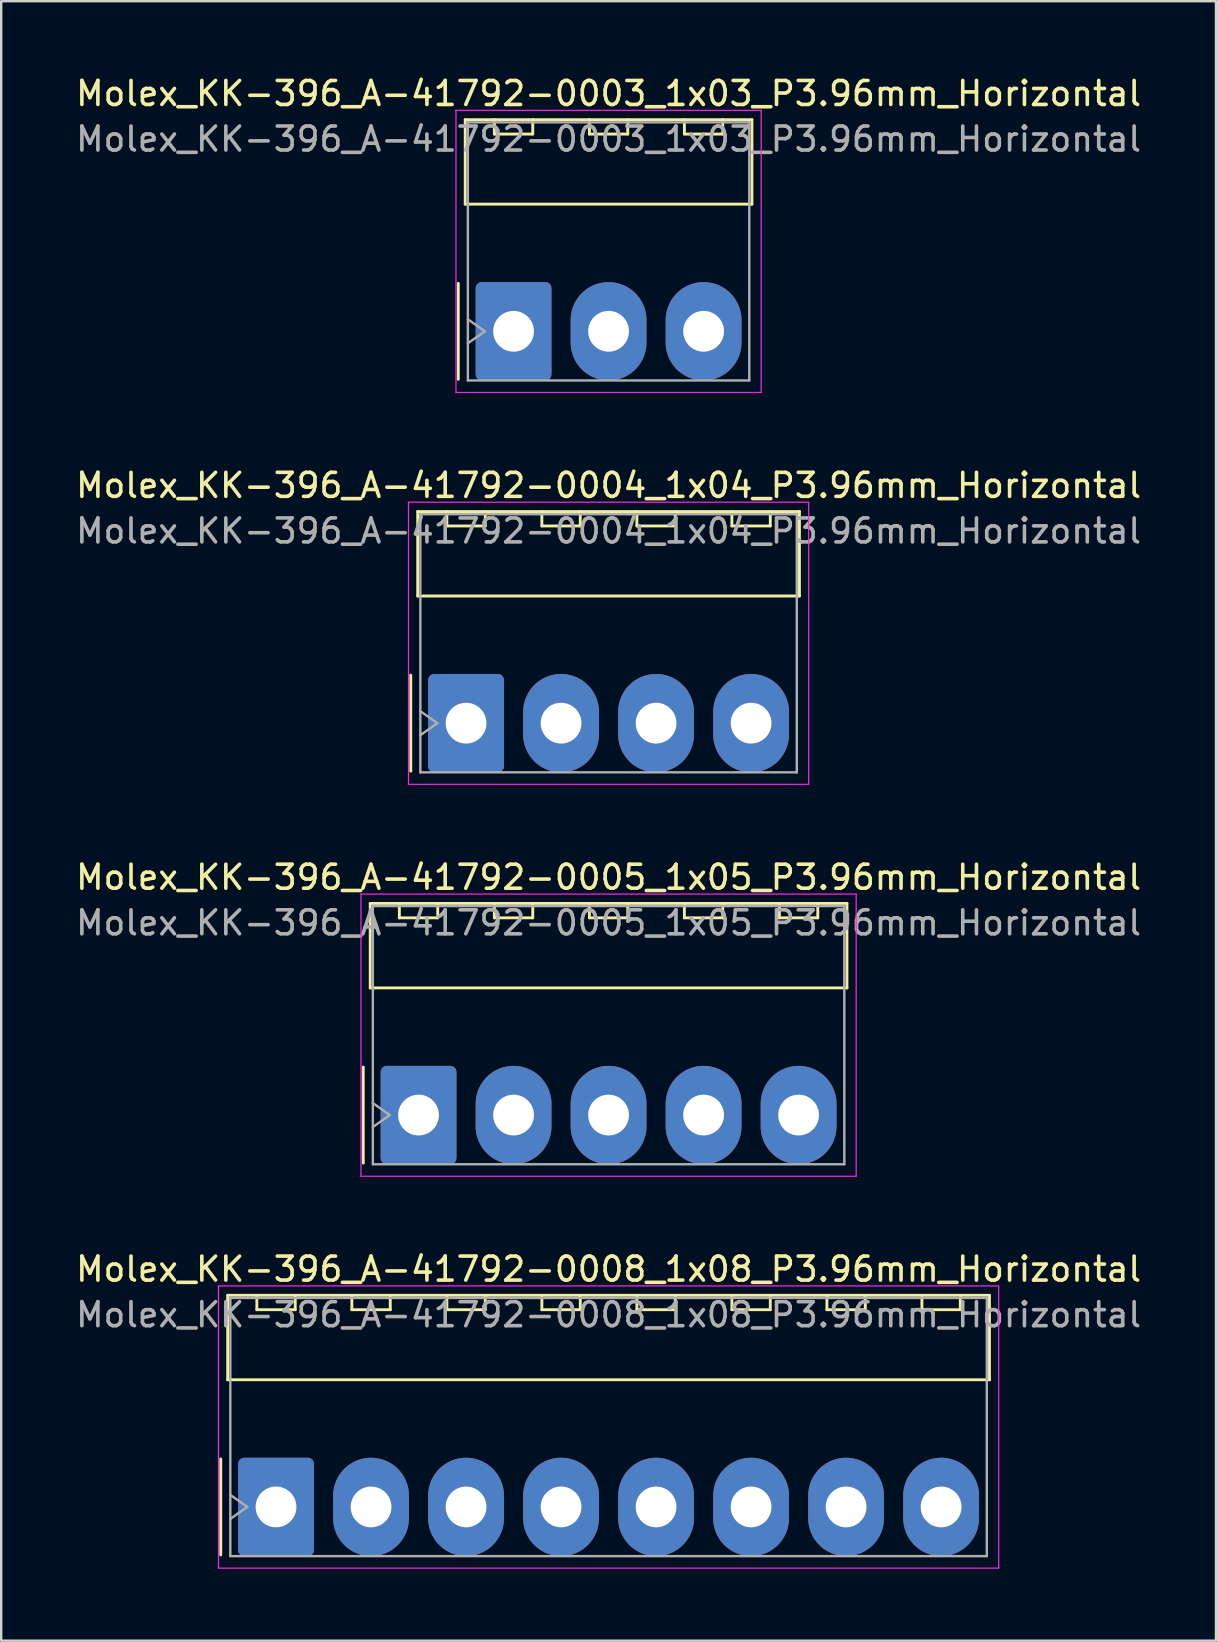
<source format=kicad_pcb>
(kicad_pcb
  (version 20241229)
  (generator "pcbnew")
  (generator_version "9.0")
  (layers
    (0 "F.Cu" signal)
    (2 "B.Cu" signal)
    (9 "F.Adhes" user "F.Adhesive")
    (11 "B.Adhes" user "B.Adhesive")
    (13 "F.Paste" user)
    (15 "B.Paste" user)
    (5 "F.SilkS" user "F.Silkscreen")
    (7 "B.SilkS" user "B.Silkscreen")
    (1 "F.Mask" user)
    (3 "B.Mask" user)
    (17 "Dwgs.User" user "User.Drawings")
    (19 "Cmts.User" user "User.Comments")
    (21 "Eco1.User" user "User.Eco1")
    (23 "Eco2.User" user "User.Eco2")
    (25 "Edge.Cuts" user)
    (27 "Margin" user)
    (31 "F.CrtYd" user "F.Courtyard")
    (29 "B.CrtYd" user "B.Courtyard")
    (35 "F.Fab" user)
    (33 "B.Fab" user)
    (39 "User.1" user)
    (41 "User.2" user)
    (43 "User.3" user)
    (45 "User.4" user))
  (footprint "Molex_KK-396_A-41792-0003_1x03_P3.96mm_Horizontal"
    (layer "F.Cu")
    (at 18.355 10.758)
    (property "Reference" "Molex_KK-396_A-41792-0003_1x03_P3.96mm_Horizontal" (at 3.96 -9.91 0) (layer "F.SilkS") (effects (font (size 1 1) (thickness 0.15))))
    (attr through_hole)
    (fp_line (start -2.305 -2) (end -2.305 2) (stroke (width 0.12) (type solid)) (layer "F.SilkS"))
    (fp_line (start -2.015 -8.82) (end 9.935 -8.82) (stroke (width 0.12) (type solid)) (layer "F.SilkS"))
    (fp_line (start -2.015 -5.3) (end -2.015 -8.82) (stroke (width 0.12) (type solid)) (layer "F.SilkS"))
    (fp_line (start -0.8 -8.82) (end -0.8 -8.22) (stroke (width 0.12) (type solid)) (layer "F.SilkS"))
    (fp_line (start -0.8 -8.22) (end 0.8 -8.22) (stroke (width 0.12) (type solid)) (layer "F.SilkS"))
    (fp_line (start 0.8 -8.22) (end 0.8 -8.82) (stroke (width 0.12) (type solid)) (layer "F.SilkS"))
    (fp_line (start 3.16 -8.82) (end 3.16 -8.22) (stroke (width 0.12) (type solid)) (layer "F.SilkS"))
    (fp_line (start 3.16 -8.22) (end 4.76 -8.22) (stroke (width 0.12) (type solid)) (layer "F.SilkS"))
    (fp_line (start 4.76 -8.22) (end 4.76 -8.82) (stroke (width 0.12) (type solid)) (layer "F.SilkS"))
    (fp_line (start 7.12 -8.82) (end 7.12 -8.22) (stroke (width 0.12) (type solid)) (layer "F.SilkS"))
    (fp_line (start 7.12 -8.22) (end 8.72 -8.22) (stroke (width 0.12) (type solid)) (layer "F.SilkS"))
    (fp_line (start 8.72 -8.22) (end 8.72 -8.82) (stroke (width 0.12) (type solid)) (layer "F.SilkS"))
    (fp_line (start 9.935 -8.82) (end 9.935 -5.3) (stroke (width 0.12) (type solid)) (layer "F.SilkS"))
    (fp_line (start 9.935 -5.3) (end -2.015 -5.3) (stroke (width 0.12) (type solid)) (layer "F.SilkS"))
    (fp_line (start -2.4 -9.21) (end -2.4 2.55) (stroke (width 0.05) (type solid)) (layer "F.CrtYd"))
    (fp_line (start -2.4 2.55) (end 10.32 2.55) (stroke (width 0.05) (type solid)) (layer "F.CrtYd"))
    (fp_line (start 10.32 -9.21) (end -2.4 -9.21) (stroke (width 0.05) (type solid)) (layer "F.CrtYd"))
    (fp_line (start 10.32 2.55) (end 10.32 -9.21) (stroke (width 0.05) (type solid)) (layer "F.CrtYd"))
    (fp_line (start -1.905 -8.71) (end 9.825 -8.71) (stroke (width 0.1) (type solid)) (layer "F.Fab"))
    (fp_line (start -1.905 -0.5) (end -1.198 0) (stroke (width 0.1) (type solid)) (layer "F.Fab"))
    (fp_line (start -1.905 2.05) (end -1.905 -8.71) (stroke (width 0.1) (type solid)) (layer "F.Fab"))
    (fp_line (start -1.198 0) (end -1.905 0.5) (stroke (width 0.1) (type solid)) (layer "F.Fab"))
    (fp_line (start 9.825 -8.71) (end 9.825 2.05) (stroke (width 0.1) (type solid)) (layer "F.Fab"))
    (fp_line (start 9.825 2.05) (end -1.905 2.05) (stroke (width 0.1) (type solid)) (layer "F.Fab"))
    (fp_text user "${REFERENCE}" (at 3.96 -8.01 0) (layer "F.Fab") (effects (font (size 1 1) (thickness 0.15))))
    (pad "1" thru_hole roundrect (at 0 0) (size 3.16 4.1) (drill 1.7) (layers "*.Cu" "*.Mask") (roundrect_rratio 0.079))
    (pad "2" thru_hole oval (at 3.96 0) (size 3.16 4.1) (drill 1.7) (layers "*.Cu" "*.Mask"))
    (pad "3" thru_hole oval (at 7.92 0) (size 3.16 4.1) (drill 1.7) (layers "*.Cu" "*.Mask")))
  (footprint "Molex_KK-396_A-41792-0008_1x08_P3.96mm_Horizontal"
    (layer "F.Cu")
    (at 8.455 59.758)
    (property "Reference" "Molex_KK-396_A-41792-0008_1x08_P3.96mm_Horizontal" (at 13.86 -9.91 0) (layer "F.SilkS") (effects (font (size 1 1) (thickness 0.15))))
    (attr through_hole)
    (fp_line (start -2.305 -2) (end -2.305 2) (stroke (width 0.12) (type solid)) (layer "F.SilkS"))
    (fp_line (start -2.015 -8.82) (end 29.735 -8.82) (stroke (width 0.12) (type solid)) (layer "F.SilkS"))
    (fp_line (start -2.015 -5.3) (end -2.015 -8.82) (stroke (width 0.12) (type solid)) (layer "F.SilkS"))
    (fp_line (start -0.8 -8.82) (end -0.8 -8.22) (stroke (width 0.12) (type solid)) (layer "F.SilkS"))
    (fp_line (start -0.8 -8.22) (end 0.8 -8.22) (stroke (width 0.12) (type solid)) (layer "F.SilkS"))
    (fp_line (start 0.8 -8.22) (end 0.8 -8.82) (stroke (width 0.12) (type solid)) (layer "F.SilkS"))
    (fp_line (start 3.16 -8.82) (end 3.16 -8.22) (stroke (width 0.12) (type solid)) (layer "F.SilkS"))
    (fp_line (start 3.16 -8.22) (end 4.76 -8.22) (stroke (width 0.12) (type solid)) (layer "F.SilkS"))
    (fp_line (start 4.76 -8.22) (end 4.76 -8.82) (stroke (width 0.12) (type solid)) (layer "F.SilkS"))
    (fp_line (start 7.12 -8.82) (end 7.12 -8.22) (stroke (width 0.12) (type solid)) (layer "F.SilkS"))
    (fp_line (start 7.12 -8.22) (end 8.72 -8.22) (stroke (width 0.12) (type solid)) (layer "F.SilkS"))
    (fp_line (start 8.72 -8.22) (end 8.72 -8.82) (stroke (width 0.12) (type solid)) (layer "F.SilkS"))
    (fp_line (start 11.08 -8.82) (end 11.08 -8.22) (stroke (width 0.12) (type solid)) (layer "F.SilkS"))
    (fp_line (start 11.08 -8.22) (end 12.68 -8.22) (stroke (width 0.12) (type solid)) (layer "F.SilkS"))
    (fp_line (start 12.68 -8.22) (end 12.68 -8.82) (stroke (width 0.12) (type solid)) (layer "F.SilkS"))
    (fp_line (start 15.04 -8.82) (end 15.04 -8.22) (stroke (width 0.12) (type solid)) (layer "F.SilkS"))
    (fp_line (start 15.04 -8.22) (end 16.64 -8.22) (stroke (width 0.12) (type solid)) (layer "F.SilkS"))
    (fp_line (start 16.64 -8.22) (end 16.64 -8.82) (stroke (width 0.12) (type solid)) (layer "F.SilkS"))
    (fp_line (start 19 -8.82) (end 19 -8.22) (stroke (width 0.12) (type solid)) (layer "F.SilkS"))
    (fp_line (start 19 -8.22) (end 20.6 -8.22) (stroke (width 0.12) (type solid)) (layer "F.SilkS"))
    (fp_line (start 20.6 -8.22) (end 20.6 -8.82) (stroke (width 0.12) (type solid)) (layer "F.SilkS"))
    (fp_line (start 22.96 -8.82) (end 22.96 -8.22) (stroke (width 0.12) (type solid)) (layer "F.SilkS"))
    (fp_line (start 22.96 -8.22) (end 24.56 -8.22) (stroke (width 0.12) (type solid)) (layer "F.SilkS"))
    (fp_line (start 24.56 -8.22) (end 24.56 -8.82) (stroke (width 0.12) (type solid)) (layer "F.SilkS"))
    (fp_line (start 26.92 -8.82) (end 26.92 -8.22) (stroke (width 0.12) (type solid)) (layer "F.SilkS"))
    (fp_line (start 26.92 -8.22) (end 28.52 -8.22) (stroke (width 0.12) (type solid)) (layer "F.SilkS"))
    (fp_line (start 28.52 -8.22) (end 28.52 -8.82) (stroke (width 0.12) (type solid)) (layer "F.SilkS"))
    (fp_line (start 29.735 -8.82) (end 29.735 -5.3) (stroke (width 0.12) (type solid)) (layer "F.SilkS"))
    (fp_line (start 29.735 -5.3) (end -2.015 -5.3) (stroke (width 0.12) (type solid)) (layer "F.SilkS"))
    (fp_line (start -2.4 -9.21) (end -2.4 2.55) (stroke (width 0.05) (type solid)) (layer "F.CrtYd"))
    (fp_line (start -2.4 2.55) (end 30.12 2.55) (stroke (width 0.05) (type solid)) (layer "F.CrtYd"))
    (fp_line (start 30.12 -9.21) (end -2.4 -9.21) (stroke (width 0.05) (type solid)) (layer "F.CrtYd"))
    (fp_line (start 30.12 2.55) (end 30.12 -9.21) (stroke (width 0.05) (type solid)) (layer "F.CrtYd"))
    (fp_line (start -1.905 -8.71) (end 29.625 -8.71) (stroke (width 0.1) (type solid)) (layer "F.Fab"))
    (fp_line (start -1.905 -0.5) (end -1.198 0) (stroke (width 0.1) (type solid)) (layer "F.Fab"))
    (fp_line (start -1.905 2.05) (end -1.905 -8.71) (stroke (width 0.1) (type solid)) (layer "F.Fab"))
    (fp_line (start -1.198 0) (end -1.905 0.5) (stroke (width 0.1) (type solid)) (layer "F.Fab"))
    (fp_line (start 29.625 -8.71) (end 29.625 2.05) (stroke (width 0.1) (type solid)) (layer "F.Fab"))
    (fp_line (start 29.625 2.05) (end -1.905 2.05) (stroke (width 0.1) (type solid)) (layer "F.Fab"))
    (fp_text user "${REFERENCE}" (at 13.86 -8.01 0) (layer "F.Fab") (effects (font (size 1 1) (thickness 0.15))))
    (pad "1" thru_hole roundrect (at 0 0) (size 3.16 4.1) (drill 1.7) (layers "*.Cu" "*.Mask") (roundrect_rratio 0.079))
    (pad "2" thru_hole oval (at 3.96 0) (size 3.16 4.1) (drill 1.7) (layers "*.Cu" "*.Mask"))
    (pad "3" thru_hole oval (at 7.92 0) (size 3.16 4.1) (drill 1.7) (layers "*.Cu" "*.Mask"))
    (pad "4" thru_hole oval (at 11.88 0) (size 3.16 4.1) (drill 1.7) (layers "*.Cu" "*.Mask"))
    (pad "5" thru_hole oval (at 15.84 0) (size 3.16 4.1) (drill 1.7) (layers "*.Cu" "*.Mask"))
    (pad "6" thru_hole oval (at 19.8 0) (size 3.16 4.1) (drill 1.7) (layers "*.Cu" "*.Mask"))
    (pad "7" thru_hole oval (at 23.76 0) (size 3.16 4.1) (drill 1.7) (layers "*.Cu" "*.Mask"))
    (pad "8" thru_hole oval (at 27.72 0) (size 3.16 4.1) (drill 1.7) (layers "*.Cu" "*.Mask")))
  (footprint "Molex_KK-396_A-41792-0004_1x04_P3.96mm_Horizontal"
    (layer "F.Cu")
    (at 16.375 27.091)
    (property "Reference" "Molex_KK-396_A-41792-0004_1x04_P3.96mm_Horizontal" (at 5.94 -9.91 0) (layer "F.SilkS") (effects (font (size 1 1) (thickness 0.15))))
    (attr through_hole)
    (fp_line (start -2.305 -2) (end -2.305 2) (stroke (width 0.12) (type solid)) (layer "F.SilkS"))
    (fp_line (start -2.015 -8.82) (end 13.895 -8.82) (stroke (width 0.12) (type solid)) (layer "F.SilkS"))
    (fp_line (start -2.015 -5.3) (end -2.015 -8.82) (stroke (width 0.12) (type solid)) (layer "F.SilkS"))
    (fp_line (start -0.8 -8.82) (end -0.8 -8.22) (stroke (width 0.12) (type solid)) (layer "F.SilkS"))
    (fp_line (start -0.8 -8.22) (end 0.8 -8.22) (stroke (width 0.12) (type solid)) (layer "F.SilkS"))
    (fp_line (start 0.8 -8.22) (end 0.8 -8.82) (stroke (width 0.12) (type solid)) (layer "F.SilkS"))
    (fp_line (start 3.16 -8.82) (end 3.16 -8.22) (stroke (width 0.12) (type solid)) (layer "F.SilkS"))
    (fp_line (start 3.16 -8.22) (end 4.76 -8.22) (stroke (width 0.12) (type solid)) (layer "F.SilkS"))
    (fp_line (start 4.76 -8.22) (end 4.76 -8.82) (stroke (width 0.12) (type solid)) (layer "F.SilkS"))
    (fp_line (start 7.12 -8.82) (end 7.12 -8.22) (stroke (width 0.12) (type solid)) (layer "F.SilkS"))
    (fp_line (start 7.12 -8.22) (end 8.72 -8.22) (stroke (width 0.12) (type solid)) (layer "F.SilkS"))
    (fp_line (start 8.72 -8.22) (end 8.72 -8.82) (stroke (width 0.12) (type solid)) (layer "F.SilkS"))
    (fp_line (start 11.08 -8.82) (end 11.08 -8.22) (stroke (width 0.12) (type solid)) (layer "F.SilkS"))
    (fp_line (start 11.08 -8.22) (end 12.68 -8.22) (stroke (width 0.12) (type solid)) (layer "F.SilkS"))
    (fp_line (start 12.68 -8.22) (end 12.68 -8.82) (stroke (width 0.12) (type solid)) (layer "F.SilkS"))
    (fp_line (start 13.895 -8.82) (end 13.895 -5.3) (stroke (width 0.12) (type solid)) (layer "F.SilkS"))
    (fp_line (start 13.895 -5.3) (end -2.015 -5.3) (stroke (width 0.12) (type solid)) (layer "F.SilkS"))
    (fp_line (start -2.4 -9.21) (end -2.4 2.55) (stroke (width 0.05) (type solid)) (layer "F.CrtYd"))
    (fp_line (start -2.4 2.55) (end 14.28 2.55) (stroke (width 0.05) (type solid)) (layer "F.CrtYd"))
    (fp_line (start 14.28 -9.21) (end -2.4 -9.21) (stroke (width 0.05) (type solid)) (layer "F.CrtYd"))
    (fp_line (start 14.28 2.55) (end 14.28 -9.21) (stroke (width 0.05) (type solid)) (layer "F.CrtYd"))
    (fp_line (start -1.905 -8.71) (end 13.785 -8.71) (stroke (width 0.1) (type solid)) (layer "F.Fab"))
    (fp_line (start -1.905 -0.5) (end -1.198 0) (stroke (width 0.1) (type solid)) (layer "F.Fab"))
    (fp_line (start -1.905 2.05) (end -1.905 -8.71) (stroke (width 0.1) (type solid)) (layer "F.Fab"))
    (fp_line (start -1.198 0) (end -1.905 0.5) (stroke (width 0.1) (type solid)) (layer "F.Fab"))
    (fp_line (start 13.785 -8.71) (end 13.785 2.05) (stroke (width 0.1) (type solid)) (layer "F.Fab"))
    (fp_line (start 13.785 2.05) (end -1.905 2.05) (stroke (width 0.1) (type solid)) (layer "F.Fab"))
    (fp_text user "${REFERENCE}" (at 5.94 -8.01 0) (layer "F.Fab") (effects (font (size 1 1) (thickness 0.15))))
    (pad "1" thru_hole roundrect (at 0 0) (size 3.16 4.1) (drill 1.7) (layers "*.Cu" "*.Mask") (roundrect_rratio 0.079))
    (pad "2" thru_hole oval (at 3.96 0) (size 3.16 4.1) (drill 1.7) (layers "*.Cu" "*.Mask"))
    (pad "3" thru_hole oval (at 7.92 0) (size 3.16 4.1) (drill 1.7) (layers "*.Cu" "*.Mask"))
    (pad "4" thru_hole oval (at 11.88 0) (size 3.16 4.1) (drill 1.7) (layers "*.Cu" "*.Mask")))
  (footprint "Molex_KK-396_A-41792-0005_1x05_P3.96mm_Horizontal"
    (layer "F.Cu")
    (at 14.395 43.425)
    (property "Reference" "Molex_KK-396_A-41792-0005_1x05_P3.96mm_Horizontal" (at 7.92 -9.91 0) (layer "F.SilkS") (effects (font (size 1 1) (thickness 0.15))))
    (attr through_hole)
    (fp_line (start -2.305 -2) (end -2.305 2) (stroke (width 0.12) (type solid)) (layer "F.SilkS"))
    (fp_line (start -2.015 -8.82) (end 17.855 -8.82) (stroke (width 0.12) (type solid)) (layer "F.SilkS"))
    (fp_line (start -2.015 -5.3) (end -2.015 -8.82) (stroke (width 0.12) (type solid)) (layer "F.SilkS"))
    (fp_line (start -0.8 -8.82) (end -0.8 -8.22) (stroke (width 0.12) (type solid)) (layer "F.SilkS"))
    (fp_line (start -0.8 -8.22) (end 0.8 -8.22) (stroke (width 0.12) (type solid)) (layer "F.SilkS"))
    (fp_line (start 0.8 -8.22) (end 0.8 -8.82) (stroke (width 0.12) (type solid)) (layer "F.SilkS"))
    (fp_line (start 3.16 -8.82) (end 3.16 -8.22) (stroke (width 0.12) (type solid)) (layer "F.SilkS"))
    (fp_line (start 3.16 -8.22) (end 4.76 -8.22) (stroke (width 0.12) (type solid)) (layer "F.SilkS"))
    (fp_line (start 4.76 -8.22) (end 4.76 -8.82) (stroke (width 0.12) (type solid)) (layer "F.SilkS"))
    (fp_line (start 7.12 -8.82) (end 7.12 -8.22) (stroke (width 0.12) (type solid)) (layer "F.SilkS"))
    (fp_line (start 7.12 -8.22) (end 8.72 -8.22) (stroke (width 0.12) (type solid)) (layer "F.SilkS"))
    (fp_line (start 8.72 -8.22) (end 8.72 -8.82) (stroke (width 0.12) (type solid)) (layer "F.SilkS"))
    (fp_line (start 11.08 -8.82) (end 11.08 -8.22) (stroke (width 0.12) (type solid)) (layer "F.SilkS"))
    (fp_line (start 11.08 -8.22) (end 12.68 -8.22) (stroke (width 0.12) (type solid)) (layer "F.SilkS"))
    (fp_line (start 12.68 -8.22) (end 12.68 -8.82) (stroke (width 0.12) (type solid)) (layer "F.SilkS"))
    (fp_line (start 15.04 -8.82) (end 15.04 -8.22) (stroke (width 0.12) (type solid)) (layer "F.SilkS"))
    (fp_line (start 15.04 -8.22) (end 16.64 -8.22) (stroke (width 0.12) (type solid)) (layer "F.SilkS"))
    (fp_line (start 16.64 -8.22) (end 16.64 -8.82) (stroke (width 0.12) (type solid)) (layer "F.SilkS"))
    (fp_line (start 17.855 -8.82) (end 17.855 -5.3) (stroke (width 0.12) (type solid)) (layer "F.SilkS"))
    (fp_line (start 17.855 -5.3) (end -2.015 -5.3) (stroke (width 0.12) (type solid)) (layer "F.SilkS"))
    (fp_line (start -2.4 -9.21) (end -2.4 2.55) (stroke (width 0.05) (type solid)) (layer "F.CrtYd"))
    (fp_line (start -2.4 2.55) (end 18.24 2.55) (stroke (width 0.05) (type solid)) (layer "F.CrtYd"))
    (fp_line (start 18.24 -9.21) (end -2.4 -9.21) (stroke (width 0.05) (type solid)) (layer "F.CrtYd"))
    (fp_line (start 18.24 2.55) (end 18.24 -9.21) (stroke (width 0.05) (type solid)) (layer "F.CrtYd"))
    (fp_line (start -1.905 -8.71) (end 17.745 -8.71) (stroke (width 0.1) (type solid)) (layer "F.Fab"))
    (fp_line (start -1.905 -0.5) (end -1.198 0) (stroke (width 0.1) (type solid)) (layer "F.Fab"))
    (fp_line (start -1.905 2.05) (end -1.905 -8.71) (stroke (width 0.1) (type solid)) (layer "F.Fab"))
    (fp_line (start -1.198 0) (end -1.905 0.5) (stroke (width 0.1) (type solid)) (layer "F.Fab"))
    (fp_line (start 17.745 -8.71) (end 17.745 2.05) (stroke (width 0.1) (type solid)) (layer "F.Fab"))
    (fp_line (start 17.745 2.05) (end -1.905 2.05) (stroke (width 0.1) (type solid)) (layer "F.Fab"))
    (fp_text user "${REFERENCE}" (at 7.92 -8.01 0) (layer "F.Fab") (effects (font (size 1 1) (thickness 0.15))))
    (pad "1" thru_hole roundrect (at 0 0) (size 3.16 4.1) (drill 1.7) (layers "*.Cu" "*.Mask") (roundrect_rratio 0.079))
    (pad "2" thru_hole oval (at 3.96 0) (size 3.16 4.1) (drill 1.7) (layers "*.Cu" "*.Mask"))
    (pad "3" thru_hole oval (at 7.92 0) (size 3.16 4.1) (drill 1.7) (layers "*.Cu" "*.Mask"))
    (pad "4" thru_hole oval (at 11.88 0) (size 3.16 4.1) (drill 1.7) (layers "*.Cu" "*.Mask"))
    (pad "5" thru_hole oval (at 15.84 0) (size 3.16 4.1) (drill 1.7) (layers "*.Cu" "*.Mask")))
  (gr_rect
    (start -3 -3)
    (end 47.631 65.333)
    (stroke (width 0.1) (type default))
    (fill no)
    (layer "Edge.Cuts")))
</source>
